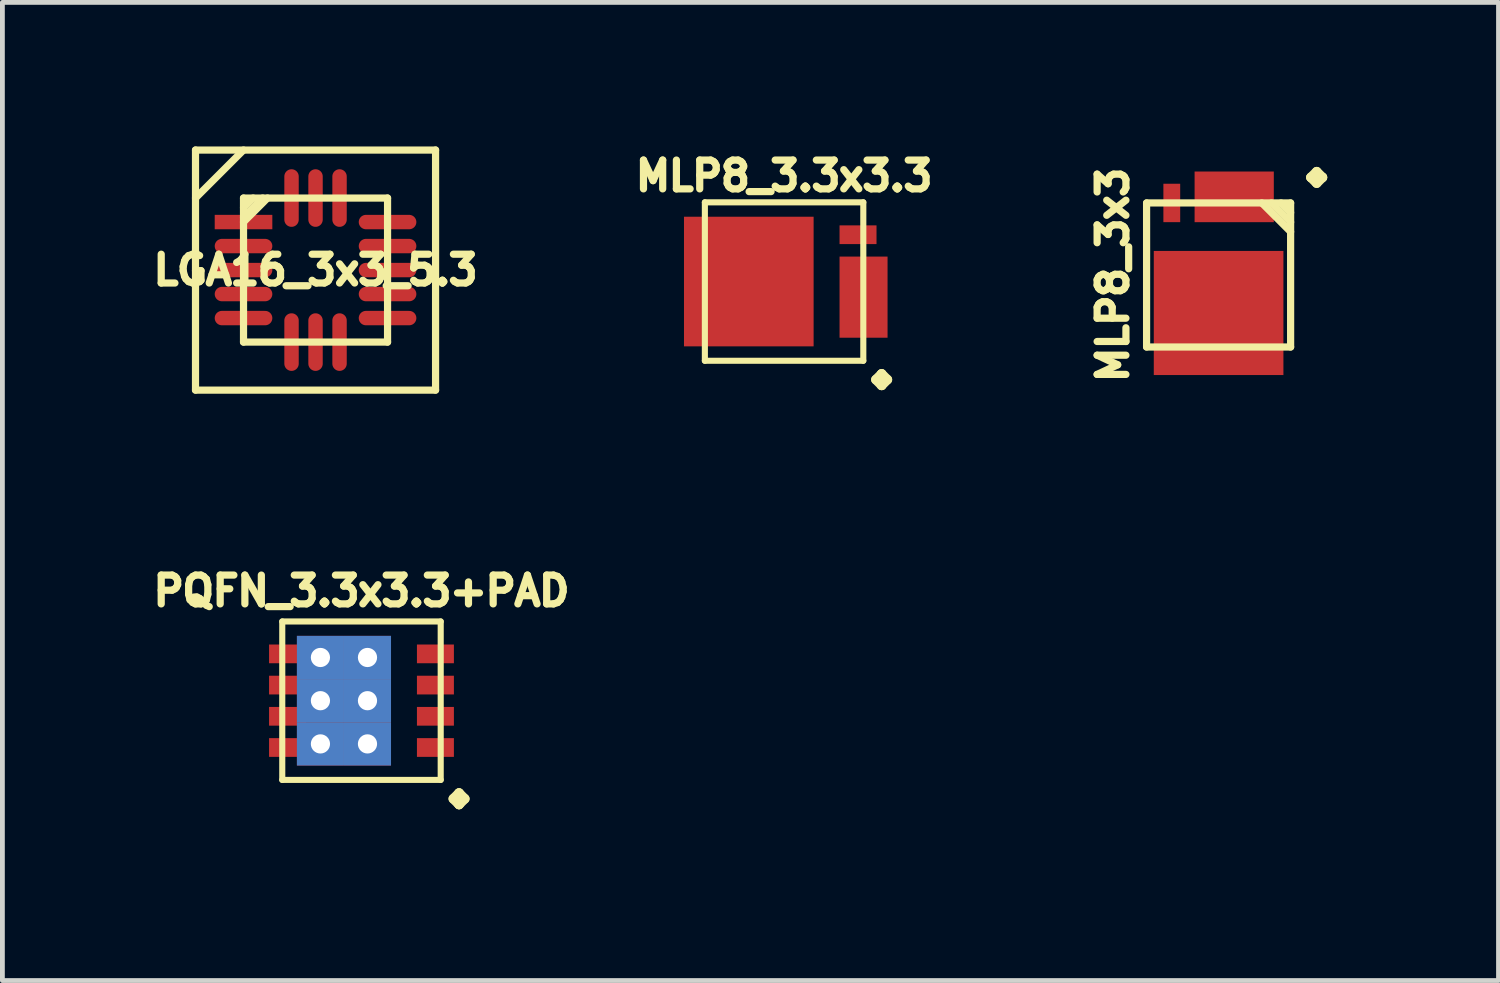
<source format=kicad_pcb>
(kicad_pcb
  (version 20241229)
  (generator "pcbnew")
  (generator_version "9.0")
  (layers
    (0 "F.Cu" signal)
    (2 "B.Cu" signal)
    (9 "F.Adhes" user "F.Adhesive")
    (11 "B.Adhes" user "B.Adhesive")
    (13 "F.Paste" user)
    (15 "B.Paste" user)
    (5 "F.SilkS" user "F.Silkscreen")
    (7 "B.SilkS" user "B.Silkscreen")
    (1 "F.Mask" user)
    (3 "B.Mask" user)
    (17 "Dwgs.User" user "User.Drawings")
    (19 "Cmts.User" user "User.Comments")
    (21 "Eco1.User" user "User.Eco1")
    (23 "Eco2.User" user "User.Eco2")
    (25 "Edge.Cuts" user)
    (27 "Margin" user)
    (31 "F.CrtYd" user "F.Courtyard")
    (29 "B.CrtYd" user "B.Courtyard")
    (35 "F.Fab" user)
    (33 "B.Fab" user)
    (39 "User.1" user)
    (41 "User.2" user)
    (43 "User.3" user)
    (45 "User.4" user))
  (footprint "PQFN_3.3x3.3+PAD"
    (layer "F.Cu")
    (at 4.479 11.544)
    (property "Reference" "PQFN_3.3x3.3+PAD" (at 0 -2.286 0) (layer "F.SilkS") (effects (font (size 0.6 0.6) (thickness 0.15))))
    (attr through_hole)
    (fp_line (start -1.65 -1.65) (end 1.65 -1.65) (stroke (width 0.127) (type solid)) (layer "F.SilkS"))
    (fp_line (start -1.65 1.65) (end -1.65 -1.65) (stroke (width 0.127) (type solid)) (layer "F.SilkS"))
    (fp_line (start 1.65 -1.65) (end 1.65 1.65) (stroke (width 0.127) (type solid)) (layer "F.SilkS"))
    (fp_line (start 1.65 1.65) (end -1.65 1.65) (stroke (width 0.127) (type solid)) (layer "F.SilkS"))
    (fp_text user "." (at 2.032 1.016 0) (layer "F.SilkS") (effects (font (size 2.5 2.5) (thickness 0.2))))
    (pad "D" smd rect (at -1.54 -0.975) (size 0.77 0.39) (layers "F.Cu" "F.Mask" "F.Paste"))
    (pad "D" smd rect (at -1.54 -0.325) (size 0.77 0.39) (layers "F.Cu" "F.Mask" "F.Paste"))
    (pad "D" smd rect (at -1.54 0.325) (size 0.77 0.39) (layers "F.Cu" "F.Mask" "F.Paste"))
    (pad "D" smd rect (at -1.54 0.975) (size 0.77 0.39) (layers "F.Cu" "F.Mask" "F.Paste"))
    (pad "D" thru_hole rect (at -0.855 -0.9) (size 0.98 0.9) (drill 0.4) (layers "*.Cu" "F.Mask" "F.Paste"))
    (pad "D" thru_hole rect (at -0.855 0) (size 0.98 0.9) (drill 0.4) (layers "*.Cu" "F.Mask" "F.Paste"))
    (pad "D" thru_hole rect (at -0.855 0.9) (size 0.98 0.9) (drill 0.4) (layers "*.Cu" "F.Mask" "F.Paste"))
    (pad "D" thru_hole rect (at 0.125 -0.9) (size 0.98 0.9) (drill 0.4) (layers "*.Cu" "F.Mask" "F.Paste"))
    (pad "D" thru_hole rect (at 0.125 0) (size 0.98 0.9) (drill 0.4) (layers "*.Cu" "F.Mask" "F.Paste"))
    (pad "D" thru_hole rect (at 0.125 0.9) (size 0.98 0.9) (drill 0.4) (layers "*.Cu" "F.Mask" "F.Paste"))
    (pad "G" smd rect (at 1.54 -0.975) (size 0.77 0.39) (layers "F.Cu" "F.Mask" "F.Paste"))
    (pad "S" smd rect (at 1.54 -0.325) (size 0.77 0.39) (layers "F.Cu" "F.Mask" "F.Paste"))
    (pad "S" smd rect (at 1.54 0.325) (size 0.77 0.39) (layers "F.Cu" "F.Mask" "F.Paste"))
    (pad "S" smd rect (at 1.54 0.975) (size 0.77 0.39) (layers "F.Cu" "F.Mask" "F.Paste")))
  (footprint "MLP8_3.3x3.3"
    (layer "F.Cu")
    (at 13.281 2.814)
    (property "Reference" "MLP8_3.3x3.3" (at 0 -2.2 0) (layer "F.SilkS") (effects (font (size 0.6 0.6) (thickness 0.15))))
    (attr smd)
    (fp_rect (start -1.925 -1.17) (end -1.155 -0.78) (stroke (width 0.01) (type solid)) (fill yes) (layer "F.Mask"))
    (fp_rect (start -1.925 -0.52) (end -1.155 -0.13) (stroke (width 0.01) (type solid)) (fill yes) (layer "F.Mask"))
    (fp_rect (start -1.925 0.13) (end -1.155 0.52) (stroke (width 0.01) (type solid)) (fill yes) (layer "F.Mask"))
    (fp_rect (start -1.925 0.78) (end -1.155 1.17) (stroke (width 0.01) (type solid)) (fill yes) (layer "F.Mask"))
    (fp_rect (start -1.345 -1.35) (end 0.615 1.35) (stroke (width 0.01) (type solid)) (fill yes) (layer "F.Mask"))
    (fp_rect (start 1.155 -0.52) (end 1.925 -0.13) (stroke (width 0.01) (type solid)) (fill yes) (layer "F.Mask"))
    (fp_rect (start 1.155 0.13) (end 1.925 0.52) (stroke (width 0.01) (type solid)) (fill yes) (layer "F.Mask"))
    (fp_rect (start 1.155 0.78) (end 1.925 1.17) (stroke (width 0.01) (type solid)) (fill yes) (layer "F.Mask"))
    (fp_line (start -1.65 -1.65) (end 1.65 -1.65) (stroke (width 0.127) (type solid)) (layer "F.SilkS"))
    (fp_line (start -1.65 1.65) (end -1.65 -1.65) (stroke (width 0.127) (type solid)) (layer "F.SilkS"))
    (fp_line (start 1.65 -1.65) (end 1.65 1.65) (stroke (width 0.127) (type solid)) (layer "F.SilkS"))
    (fp_line (start 1.65 1.65) (end -1.65 1.65) (stroke (width 0.127) (type solid)) (layer "F.SilkS"))
    (fp_rect (start -1.925 -1.17) (end -1.155 -0.78) (stroke (width 0.01) (type solid)) (fill yes) (layer "F.Paste"))
    (fp_rect (start -1.925 -0.52) (end -1.155 -0.13) (stroke (width 0.01) (type solid)) (fill yes) (layer "F.Paste"))
    (fp_rect (start -1.925 0.13) (end -1.155 0.52) (stroke (width 0.01) (type solid)) (fill yes) (layer "F.Paste"))
    (fp_rect (start -1.925 0.78) (end -1.155 1.17) (stroke (width 0.01) (type solid)) (fill yes) (layer "F.Paste"))
    (fp_rect (start -1.345 -1.35) (end 0.615 1.35) (stroke (width 0.01) (type solid)) (fill yes) (layer "F.Paste"))
    (fp_rect (start 1.155 -0.52) (end 1.925 -0.13) (stroke (width 0.01) (type solid)) (fill yes) (layer "F.Paste"))
    (fp_rect (start 1.155 0.13) (end 1.925 0.52) (stroke (width 0.01) (type solid)) (fill yes) (layer "F.Paste"))
    (fp_rect (start 1.155 0.78) (end 1.925 1.17) (stroke (width 0.01) (type solid)) (fill yes) (layer "F.Paste"))
    (fp_text user "." (at 2.032 1.016 0) (unlocked yes) (layer "F.SilkS") (effects (font (size 2.5 2.5) (thickness 0.2))))
    (pad "D" smd rect (at -0.735 0) (size 2.7 2.7) (layers "F.Cu"))
    (pad "G" smd rect (at 1.54 -0.975) (size 0.77 0.39) (layers "F.Cu" "F.Mask" "F.Paste"))
    (pad "S" smd rect (at 1.655 0.325) (size 1 1.69) (layers "F.Cu")))
  (footprint "MLP8_3x3"
    (layer "F.Cu")
    (at 22.331 2.677)
    (property "Reference" "MLP8_3x3" (at -2.2 0 90) (layer "F.SilkS") (effects (font (size 0.6 0.6) (thickness 0.15))))
    (attr smd)
    (fp_rect (start -1.35 1.3) (end 1.35 -0.5) (stroke (width 0.01) (type solid)) (fill yes) (layer "F.Mask"))
    (fp_rect (start -1.15 1.9) (end -0.8 1.1) (stroke (width 0.01) (type solid)) (fill yes) (layer "F.Mask"))
    (fp_rect (start -0.5 -1.1) (end -0.15 -1.9) (stroke (width 0.01) (type solid)) (fill yes) (layer "F.Mask"))
    (fp_rect (start -0.5 1.9) (end -0.15 1.1) (stroke (width 0.01) (type solid)) (fill yes) (layer "F.Mask"))
    (fp_rect (start 0.15 -1.1) (end 0.5 -1.9) (stroke (width 0.01) (type solid)) (fill yes) (layer "F.Mask"))
    (fp_rect (start 0.15 1.9) (end 0.5 1.1) (stroke (width 0.01) (type solid)) (fill yes) (layer "F.Mask"))
    (fp_rect (start 0.8 -1.1) (end 1.15 -1.9) (stroke (width 0.01) (type solid)) (fill yes) (layer "F.Mask"))
    (fp_rect (start 0.8 1.9) (end 1.15 1.1) (stroke (width 0.01) (type solid)) (fill yes) (layer "F.Mask"))
    (fp_line (start -1.5 -1.5) (end 1.5 -1.5) (stroke (width 0.15) (type solid)) (layer "F.SilkS"))
    (fp_line (start -1.5 1.5) (end -1.5 -1.5) (stroke (width 0.15) (type solid)) (layer "F.SilkS"))
    (fp_line (start 1.3 -1.5) (end 1.5 -1.3) (stroke (width 0.15) (type default)) (layer "F.SilkS"))
    (fp_line (start 1.5 -1.5) (end 1.5 1.5) (stroke (width 0.15) (type solid)) (layer "F.SilkS"))
    (fp_line (start 1.5 -1.1) (end 1.1 -1.5) (stroke (width 0.15) (type default)) (layer "F.SilkS"))
    (fp_line (start 1.5 -0.9) (end 0.9 -1.5) (stroke (width 0.15) (type default)) (layer "F.SilkS"))
    (fp_line (start 1.5 1.5) (end -1.5 1.5) (stroke (width 0.15) (type solid)) (layer "F.SilkS"))
    (fp_rect (start -1.35 1.3) (end 1.35 -0.5) (stroke (width 0.01) (type solid)) (fill yes) (layer "F.Paste"))
    (fp_rect (start -1.15 1.9) (end -0.8 1.1) (stroke (width 0.01) (type solid)) (fill yes) (layer "F.Paste"))
    (fp_rect (start -0.5 -1.1) (end -0.15 -1.9) (stroke (width 0.01) (type solid)) (fill yes) (layer "F.Paste"))
    (fp_rect (start -0.5 1.9) (end -0.15 1.1) (stroke (width 0.01) (type solid)) (fill yes) (layer "F.Paste"))
    (fp_rect (start 0.15 -1.1) (end 0.5 -1.9) (stroke (width 0.01) (type solid)) (fill yes) (layer "F.Paste"))
    (fp_rect (start 0.15 1.9) (end 0.5 1.1) (stroke (width 0.01) (type solid)) (fill yes) (layer "F.Paste"))
    (fp_rect (start 0.8 -1.1) (end 1.15 -1.9) (stroke (width 0.01) (type solid)) (fill yes) (layer "F.Paste"))
    (fp_rect (start 0.8 1.9) (end 1.15 1.1) (stroke (width 0.01) (type solid)) (fill yes) (layer "F.Paste"))
    (fp_text user "." (at 1.016 -2.032 90) (unlocked yes) (layer "F.SilkS") (effects (font (size 2.5 2.5) (thickness 0.2))))
    (pad "D" smd rect (at 0 0.792 90) (size 2.585 2.7) (layers "F.Cu"))
    (pad "G" smd rect (at -0.975 -1.5 90) (size 0.8 0.35) (layers "F.Cu" "F.Mask" "F.Paste"))
    (pad "S" smd rect (at 0.325 -1.627 90) (size 1.055 1.65) (layers "F.Cu")))
  (footprint "LGA16_3x3_5.3"
    (layer "F.Cu")
    (at 3.522 2.575)
    (property "Reference" "LGA16_3x3_5.3" (at 0 0 0) (layer "F.SilkS") (effects (font (size 0.6 0.6) (thickness 0.15))))
    (attr smd)
    (fp_line (start -2.5 -2.5) (end 2.5 -2.5) (stroke (width 0.15) (type solid)) (layer "F.SilkS"))
    (fp_line (start -2.5 2.5) (end -2.5 -2.5) (stroke (width 0.15) (type solid)) (layer "F.SilkS"))
    (fp_line (start -1.5 -2.5) (end -2.5 -1.5) (stroke (width 0.15) (type solid)) (layer "F.SilkS"))
    (fp_line (start -1.5 -1.5) (end 1.5 -1.5) (stroke (width 0.15) (type solid)) (layer "F.SilkS"))
    (fp_line (start -1.5 -1.3) (end -1.3 -1.5) (stroke (width 0.15) (type solid)) (layer "F.SilkS"))
    (fp_line (start -1.5 -1.1) (end -1.1 -1.5) (stroke (width 0.15) (type solid)) (layer "F.SilkS"))
    (fp_line (start -1.5 1.5) (end -1.5 -1.5) (stroke (width 0.15) (type solid)) (layer "F.SilkS"))
    (fp_line (start -1 -1.5) (end -1.5 -1) (stroke (width 0.15) (type solid)) (layer "F.SilkS"))
    (fp_line (start 1.5 -1.5) (end 1.5 1.5) (stroke (width 0.15) (type solid)) (layer "F.SilkS"))
    (fp_line (start 1.5 1.5) (end -1.5 1.5) (stroke (width 0.15) (type solid)) (layer "F.SilkS"))
    (fp_line (start 2.5 -2.5) (end 2.5 2.5) (stroke (width 0.15) (type solid)) (layer "F.SilkS"))
    (fp_line (start 2.5 2.5) (end -2.5 2.5) (stroke (width 0.15) (type solid)) (layer "F.SilkS"))
    (pad "1" smd rect (at -1.5 -1) (size 1.2 0.3) (layers "F.Cu" "F.Mask" "F.Paste"))
    (pad "2" smd oval (at -1.5 -0.5) (size 1.2 0.3) (layers "F.Cu" "F.Mask" "F.Paste"))
    (pad "3" smd oval (at -1.5 0) (size 1.2 0.3) (layers "F.Cu" "F.Mask" "F.Paste"))
    (pad "4" smd oval (at -1.5 0.5) (size 1.2 0.3) (layers "F.Cu" "F.Mask" "F.Paste"))
    (pad "5" smd oval (at -1.5 1) (size 1.2 0.3) (layers "F.Cu" "F.Mask" "F.Paste"))
    (pad "6" smd oval (at -0.5 1.5 270) (size 1.2 0.3) (layers "F.Cu" "F.Mask" "F.Paste"))
    (pad "7" smd oval (at 0 1.5 270) (size 1.2 0.3) (layers "F.Cu" "F.Mask" "F.Paste"))
    (pad "8" smd oval (at 0.5 1.5 270) (size 1.2 0.3) (layers "F.Cu" "F.Mask" "F.Paste"))
    (pad "9" smd oval (at 1.5 1) (size 1.2 0.3) (layers "F.Cu" "F.Mask" "F.Paste"))
    (pad "10" smd oval (at 1.5 0.5) (size 1.2 0.3) (layers "F.Cu" "F.Mask" "F.Paste"))
    (pad "11" smd oval (at 1.5 0) (size 1.2 0.3) (layers "F.Cu" "F.Mask" "F.Paste"))
    (pad "12" smd oval (at 1.5 -0.5) (size 1.2 0.3) (layers "F.Cu" "F.Mask" "F.Paste"))
    (pad "13" smd oval (at 1.5 -1) (size 1.2 0.3) (layers "F.Cu" "F.Mask" "F.Paste"))
    (pad "14" smd oval (at 0.5 -1.5 270) (size 1.2 0.3) (layers "F.Cu" "F.Mask" "F.Paste"))
    (pad "15" smd oval (at 0 -1.5 270) (size 1.2 0.3) (layers "F.Cu" "F.Mask" "F.Paste"))
    (pad "16" smd oval (at -0.5 -1.5 270) (size 1.2 0.3) (layers "F.Cu" "F.Mask" "F.Paste")))
  (gr_rect
    (start -3 -3)
    (end 28.161 17.373)
    (stroke (width 0.1) (type default))
    (fill no)
    (layer "Edge.Cuts")))
</source>
